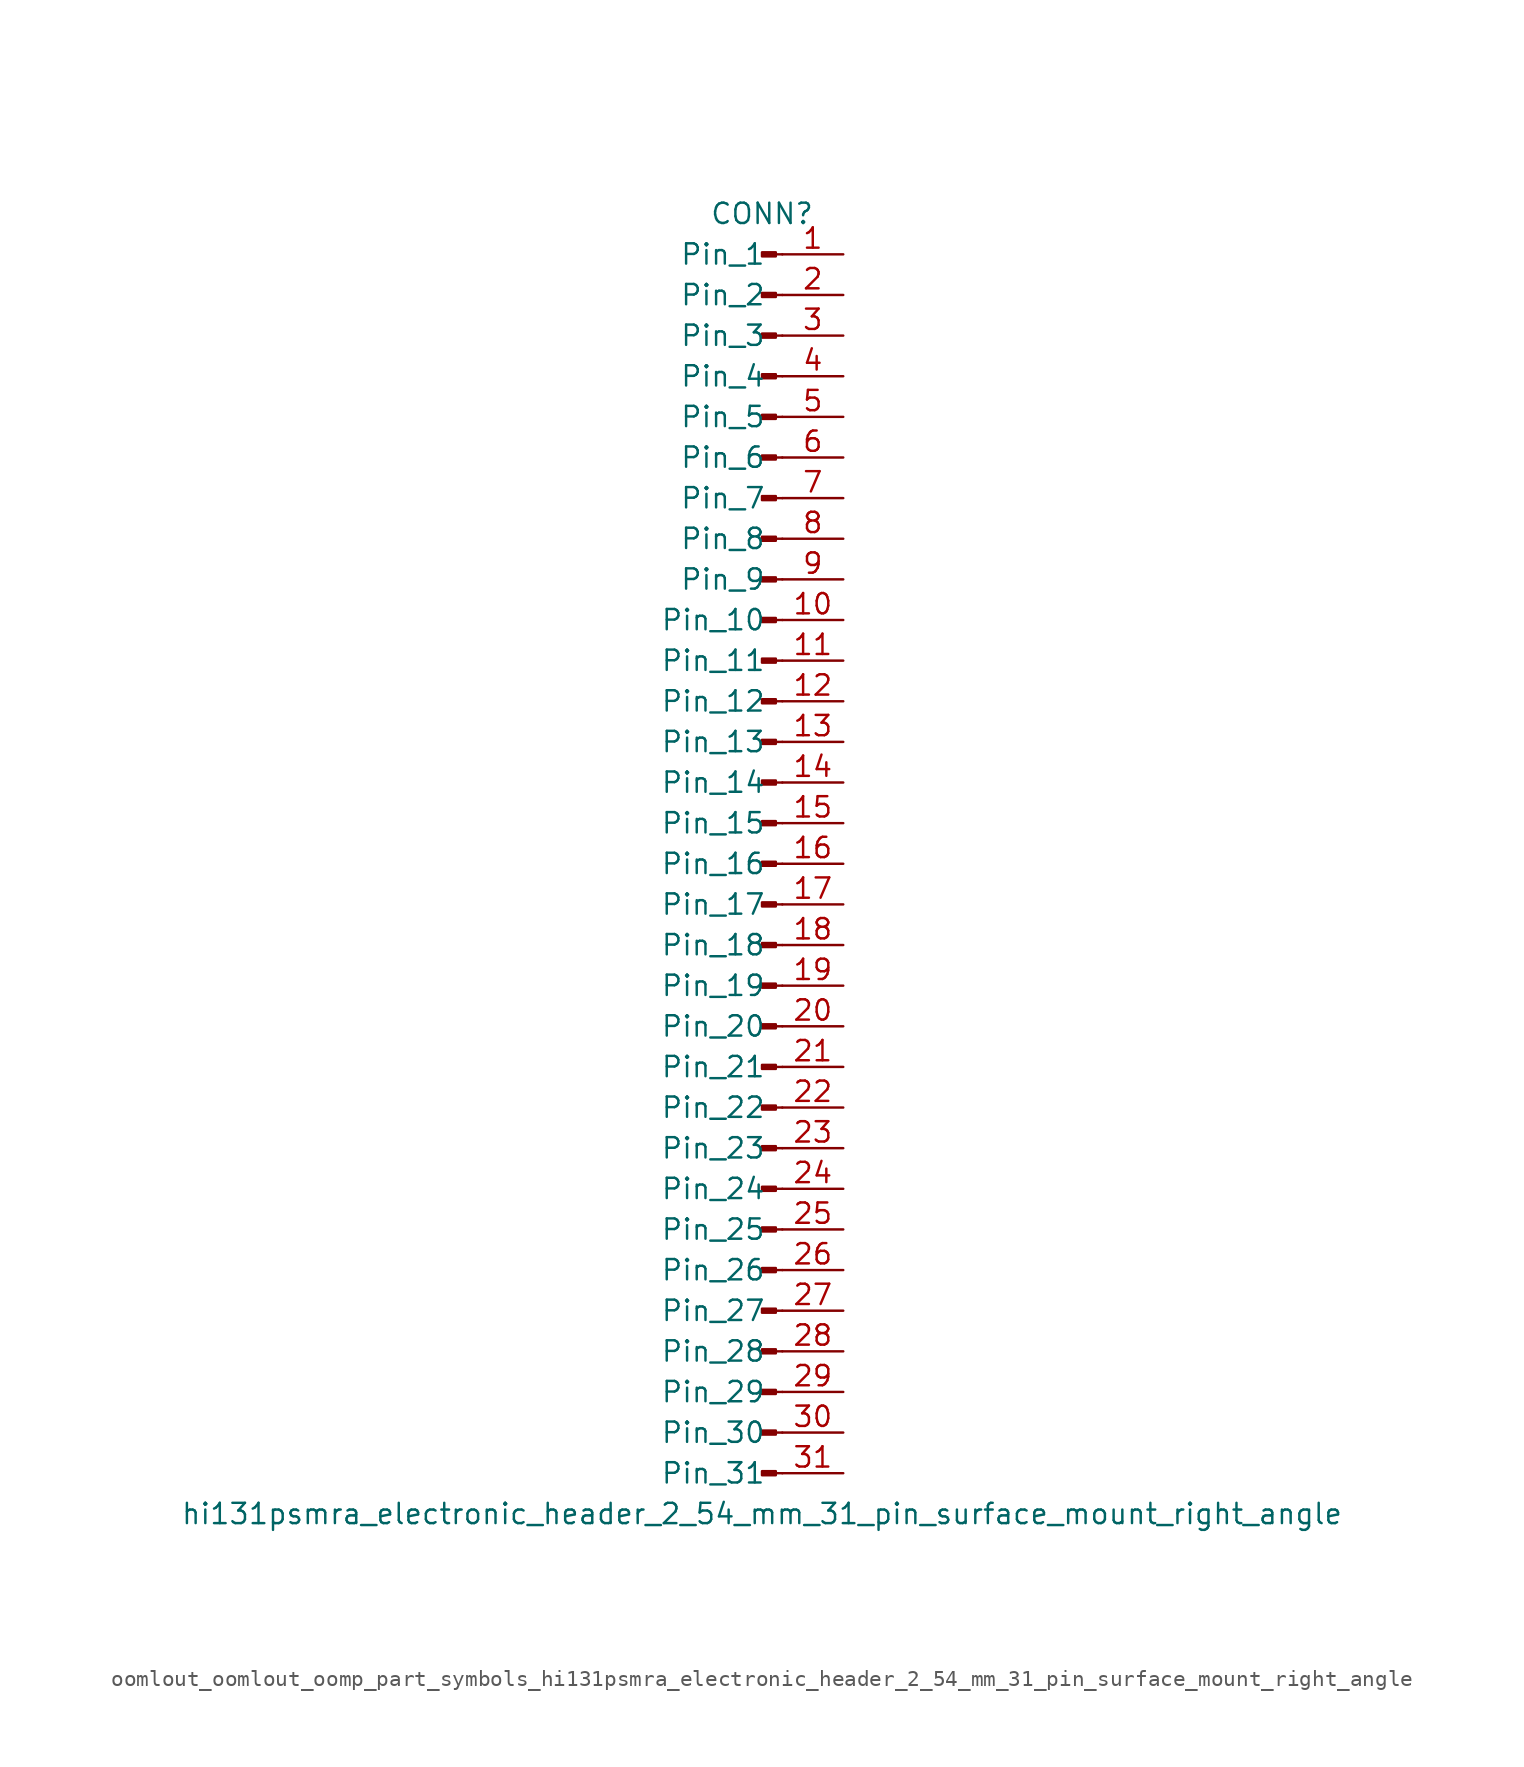
<source format=kicad_sym>
(kicad_symbol_lib
  (version 20220914)
  (generator kicad_symbol_editor)
  (symbol "oomlout_oomlout_oomp_part_symbols_hi131psmra_electronic_header_2_54_mm_31_pin_surface_mount_right_angle"
    (pin_names
      (offset 1.016))
    (property "Reference" "CONN"
      (at 0 40.64 0)
      (effects (font (size 1.27 1.27))))
    (property "Value" "hi131psmra_electronic_header_2_54_mm_31_pin_surface_mount_right_angle"
      (at 0 -40.64 0)
      (effects (font (size 1.27 1.27))))
    (property "ki_locked" ""
      (at 0 0 0)
      (effects (font (size 1.27 1.27))))
    (symbol "oomlout_oomlout_oomp_part_symbols_hi131psmra_electronic_header_2_54_mm_31_pin_surface_mount_right_angle_1_1"
      (polyline (pts (xy 1.27 -38.1) (xy 0.864 -38.1)) (stroke (width 0.152) (type default)) (fill (type none)))
      (polyline (pts (xy 1.27 -35.56) (xy 0.864 -35.56)) (stroke (width 0.152) (type default)) (fill (type none)))
      (polyline (pts (xy 1.27 -33.02) (xy 0.864 -33.02)) (stroke (width 0.152) (type default)) (fill (type none)))
      (polyline (pts (xy 1.27 -30.48) (xy 0.864 -30.48)) (stroke (width 0.152) (type default)) (fill (type none)))
      (polyline (pts (xy 1.27 -27.94) (xy 0.864 -27.94)) (stroke (width 0.152) (type default)) (fill (type none)))
      (polyline (pts (xy 1.27 -25.4) (xy 0.864 -25.4)) (stroke (width 0.152) (type default)) (fill (type none)))
      (polyline (pts (xy 1.27 -22.86) (xy 0.864 -22.86)) (stroke (width 0.152) (type default)) (fill (type none)))
      (polyline (pts (xy 1.27 -20.32) (xy 0.864 -20.32)) (stroke (width 0.152) (type default)) (fill (type none)))
      (polyline (pts (xy 1.27 -17.78) (xy 0.864 -17.78)) (stroke (width 0.152) (type default)) (fill (type none)))
      (polyline (pts (xy 1.27 -15.24) (xy 0.864 -15.24)) (stroke (width 0.152) (type default)) (fill (type none)))
      (polyline (pts (xy 1.27 -12.7) (xy 0.864 -12.7)) (stroke (width 0.152) (type default)) (fill (type none)))
      (polyline (pts (xy 1.27 -10.16) (xy 0.864 -10.16)) (stroke (width 0.152) (type default)) (fill (type none)))
      (polyline (pts (xy 1.27 -7.62) (xy 0.864 -7.62)) (stroke (width 0.152) (type default)) (fill (type none)))
      (polyline (pts (xy 1.27 -5.08) (xy 0.864 -5.08)) (stroke (width 0.152) (type default)) (fill (type none)))
      (polyline (pts (xy 1.27 -2.54) (xy 0.864 -2.54)) (stroke (width 0.152) (type default)) (fill (type none)))
      (polyline (pts (xy 1.27 0) (xy 0.864 0)) (stroke (width 0.152) (type default)) (fill (type none)))
      (polyline (pts (xy 1.27 2.54) (xy 0.864 2.54)) (stroke (width 0.152) (type default)) (fill (type none)))
      (polyline (pts (xy 1.27 5.08) (xy 0.864 5.08)) (stroke (width 0.152) (type default)) (fill (type none)))
      (polyline (pts (xy 1.27 7.62) (xy 0.864 7.62)) (stroke (width 0.152) (type default)) (fill (type none)))
      (polyline (pts (xy 1.27 10.16) (xy 0.864 10.16)) (stroke (width 0.152) (type default)) (fill (type none)))
      (polyline (pts (xy 1.27 12.7) (xy 0.864 12.7)) (stroke (width 0.152) (type default)) (fill (type none)))
      (polyline (pts (xy 1.27 15.24) (xy 0.864 15.24)) (stroke (width 0.152) (type default)) (fill (type none)))
      (polyline (pts (xy 1.27 17.78) (xy 0.864 17.78)) (stroke (width 0.152) (type default)) (fill (type none)))
      (polyline (pts (xy 1.27 20.32) (xy 0.864 20.32)) (stroke (width 0.152) (type default)) (fill (type none)))
      (polyline (pts (xy 1.27 22.86) (xy 0.864 22.86)) (stroke (width 0.152) (type default)) (fill (type none)))
      (polyline (pts (xy 1.27 25.4) (xy 0.864 25.4)) (stroke (width 0.152) (type default)) (fill (type none)))
      (polyline (pts (xy 1.27 27.94) (xy 0.864 27.94)) (stroke (width 0.152) (type default)) (fill (type none)))
      (polyline (pts (xy 1.27 30.48) (xy 0.864 30.48)) (stroke (width 0.152) (type default)) (fill (type none)))
      (polyline (pts (xy 1.27 33.02) (xy 0.864 33.02)) (stroke (width 0.152) (type default)) (fill (type none)))
      (polyline (pts (xy 1.27 35.56) (xy 0.864 35.56)) (stroke (width 0.152) (type default)) (fill (type none)))
      (polyline (pts (xy 1.27 38.1) (xy 0.864 38.1)) (stroke (width 0.152) (type default)) (fill (type none)))
      (rectangle (start 0.864 -37.973) (end 0 -38.227) (stroke (width 0.152) (type default)) (fill (type outline)))
      (rectangle (start 0.864 -35.433) (end 0 -35.687) (stroke (width 0.152) (type default)) (fill (type outline)))
      (rectangle (start 0.864 -32.893) (end 0 -33.147) (stroke (width 0.152) (type default)) (fill (type outline)))
      (rectangle (start 0.864 -30.353) (end 0 -30.607) (stroke (width 0.152) (type default)) (fill (type outline)))
      (rectangle (start 0.864 -27.813) (end 0 -28.067) (stroke (width 0.152) (type default)) (fill (type outline)))
      (rectangle (start 0.864 -25.273) (end 0 -25.527) (stroke (width 0.152) (type default)) (fill (type outline)))
      (rectangle (start 0.864 -22.733) (end 0 -22.987) (stroke (width 0.152) (type default)) (fill (type outline)))
      (rectangle (start 0.864 -20.193) (end 0 -20.447) (stroke (width 0.152) (type default)) (fill (type outline)))
      (rectangle (start 0.864 -17.653) (end 0 -17.907) (stroke (width 0.152) (type default)) (fill (type outline)))
      (rectangle (start 0.864 -15.113) (end 0 -15.367) (stroke (width 0.152) (type default)) (fill (type outline)))
      (rectangle (start 0.864 -12.573) (end 0 -12.827) (stroke (width 0.152) (type default)) (fill (type outline)))
      (rectangle (start 0.864 -10.033) (end 0 -10.287) (stroke (width 0.152) (type default)) (fill (type outline)))
      (rectangle (start 0.864 -7.493) (end 0 -7.747) (stroke (width 0.152) (type default)) (fill (type outline)))
      (rectangle (start 0.864 -4.953) (end 0 -5.207) (stroke (width 0.152) (type default)) (fill (type outline)))
      (rectangle (start 0.864 -2.413) (end 0 -2.667) (stroke (width 0.152) (type default)) (fill (type outline)))
      (rectangle (start 0.864 0.127) (end 0 -0.127) (stroke (width 0.152) (type default)) (fill (type outline)))
      (rectangle (start 0.864 2.667) (end 0 2.413) (stroke (width 0.152) (type default)) (fill (type outline)))
      (rectangle (start 0.864 5.207) (end 0 4.953) (stroke (width 0.152) (type default)) (fill (type outline)))
      (rectangle (start 0.864 7.747) (end 0 7.493) (stroke (width 0.152) (type default)) (fill (type outline)))
      (rectangle (start 0.864 10.287) (end 0 10.033) (stroke (width 0.152) (type default)) (fill (type outline)))
      (rectangle (start 0.864 12.827) (end 0 12.573) (stroke (width 0.152) (type default)) (fill (type outline)))
      (rectangle (start 0.864 15.367) (end 0 15.113) (stroke (width 0.152) (type default)) (fill (type outline)))
      (rectangle (start 0.864 17.907) (end 0 17.653) (stroke (width 0.152) (type default)) (fill (type outline)))
      (rectangle (start 0.864 20.447) (end 0 20.193) (stroke (width 0.152) (type default)) (fill (type outline)))
      (rectangle (start 0.864 22.987) (end 0 22.733) (stroke (width 0.152) (type default)) (fill (type outline)))
      (rectangle (start 0.864 25.527) (end 0 25.273) (stroke (width 0.152) (type default)) (fill (type outline)))
      (rectangle (start 0.864 28.067) (end 0 27.813) (stroke (width 0.152) (type default)) (fill (type outline)))
      (rectangle (start 0.864 30.607) (end 0 30.353) (stroke (width 0.152) (type default)) (fill (type outline)))
      (rectangle (start 0.864 33.147) (end 0 32.893) (stroke (width 0.152) (type default)) (fill (type outline)))
      (rectangle (start 0.864 35.687) (end 0 35.433) (stroke (width 0.152) (type default)) (fill (type outline)))
      (rectangle (start 0.864 38.227) (end 0 37.973) (stroke (width 0.152) (type default)) (fill (type outline)))
      (pin passive line (at 5.08 38.1 180) (length 3.81) (name "Pin_1" (effects (font (size 1.27 1.27)))) (number "1" (effects (font (size 1.27 1.27)))))
      (pin passive line (at 5.08 15.24 180) (length 3.81) (name "Pin_10" (effects (font (size 1.27 1.27)))) (number "10" (effects (font (size 1.27 1.27)))))
      (pin passive line (at 5.08 12.7 180) (length 3.81) (name "Pin_11" (effects (font (size 1.27 1.27)))) (number "11" (effects (font (size 1.27 1.27)))))
      (pin passive line (at 5.08 10.16 180) (length 3.81) (name "Pin_12" (effects (font (size 1.27 1.27)))) (number "12" (effects (font (size 1.27 1.27)))))
      (pin passive line (at 5.08 7.62 180) (length 3.81) (name "Pin_13" (effects (font (size 1.27 1.27)))) (number "13" (effects (font (size 1.27 1.27)))))
      (pin passive line (at 5.08 5.08 180) (length 3.81) (name "Pin_14" (effects (font (size 1.27 1.27)))) (number "14" (effects (font (size 1.27 1.27)))))
      (pin passive line (at 5.08 2.54 180) (length 3.81) (name "Pin_15" (effects (font (size 1.27 1.27)))) (number "15" (effects (font (size 1.27 1.27)))))
      (pin passive line (at 5.08 0 180) (length 3.81) (name "Pin_16" (effects (font (size 1.27 1.27)))) (number "16" (effects (font (size 1.27 1.27)))))
      (pin passive line (at 5.08 -2.54 180) (length 3.81) (name "Pin_17" (effects (font (size 1.27 1.27)))) (number "17" (effects (font (size 1.27 1.27)))))
      (pin passive line (at 5.08 -5.08 180) (length 3.81) (name "Pin_18" (effects (font (size 1.27 1.27)))) (number "18" (effects (font (size 1.27 1.27)))))
      (pin passive line (at 5.08 -7.62 180) (length 3.81) (name "Pin_19" (effects (font (size 1.27 1.27)))) (number "19" (effects (font (size 1.27 1.27)))))
      (pin passive line (at 5.08 35.56 180) (length 3.81) (name "Pin_2" (effects (font (size 1.27 1.27)))) (number "2" (effects (font (size 1.27 1.27)))))
      (pin passive line (at 5.08 -10.16 180) (length 3.81) (name "Pin_20" (effects (font (size 1.27 1.27)))) (number "20" (effects (font (size 1.27 1.27)))))
      (pin passive line (at 5.08 -12.7 180) (length 3.81) (name "Pin_21" (effects (font (size 1.27 1.27)))) (number "21" (effects (font (size 1.27 1.27)))))
      (pin passive line (at 5.08 -15.24 180) (length 3.81) (name "Pin_22" (effects (font (size 1.27 1.27)))) (number "22" (effects (font (size 1.27 1.27)))))
      (pin passive line (at 5.08 -17.78 180) (length 3.81) (name "Pin_23" (effects (font (size 1.27 1.27)))) (number "23" (effects (font (size 1.27 1.27)))))
      (pin passive line (at 5.08 -20.32 180) (length 3.81) (name "Pin_24" (effects (font (size 1.27 1.27)))) (number "24" (effects (font (size 1.27 1.27)))))
      (pin passive line (at 5.08 -22.86 180) (length 3.81) (name "Pin_25" (effects (font (size 1.27 1.27)))) (number "25" (effects (font (size 1.27 1.27)))))
      (pin passive line (at 5.08 -25.4 180) (length 3.81) (name "Pin_26" (effects (font (size 1.27 1.27)))) (number "26" (effects (font (size 1.27 1.27)))))
      (pin passive line (at 5.08 -27.94 180) (length 3.81) (name "Pin_27" (effects (font (size 1.27 1.27)))) (number "27" (effects (font (size 1.27 1.27)))))
      (pin passive line (at 5.08 -30.48 180) (length 3.81) (name "Pin_28" (effects (font (size 1.27 1.27)))) (number "28" (effects (font (size 1.27 1.27)))))
      (pin passive line (at 5.08 -33.02 180) (length 3.81) (name "Pin_29" (effects (font (size 1.27 1.27)))) (number "29" (effects (font (size 1.27 1.27)))))
      (pin passive line (at 5.08 33.02 180) (length 3.81) (name "Pin_3" (effects (font (size 1.27 1.27)))) (number "3" (effects (font (size 1.27 1.27)))))
      (pin passive line (at 5.08 -35.56 180) (length 3.81) (name "Pin_30" (effects (font (size 1.27 1.27)))) (number "30" (effects (font (size 1.27 1.27)))))
      (pin passive line (at 5.08 -38.1 180) (length 3.81) (name "Pin_31" (effects (font (size 1.27 1.27)))) (number "31" (effects (font (size 1.27 1.27)))))
      (pin passive line (at 5.08 30.48 180) (length 3.81) (name "Pin_4" (effects (font (size 1.27 1.27)))) (number "4" (effects (font (size 1.27 1.27)))))
      (pin passive line (at 5.08 27.94 180) (length 3.81) (name "Pin_5" (effects (font (size 1.27 1.27)))) (number "5" (effects (font (size 1.27 1.27)))))
      (pin passive line (at 5.08 25.4 180) (length 3.81) (name "Pin_6" (effects (font (size 1.27 1.27)))) (number "6" (effects (font (size 1.27 1.27)))))
      (pin passive line (at 5.08 22.86 180) (length 3.81) (name "Pin_7" (effects (font (size 1.27 1.27)))) (number "7" (effects (font (size 1.27 1.27)))))
      (pin passive line (at 5.08 20.32 180) (length 3.81) (name "Pin_8" (effects (font (size 1.27 1.27)))) (number "8" (effects (font (size 1.27 1.27)))))
      (pin passive line (at 5.08 17.78 180) (length 3.81) (name "Pin_9" (effects (font (size 1.27 1.27)))) (number "9" (effects (font (size 1.27 1.27))))))))
</source>
